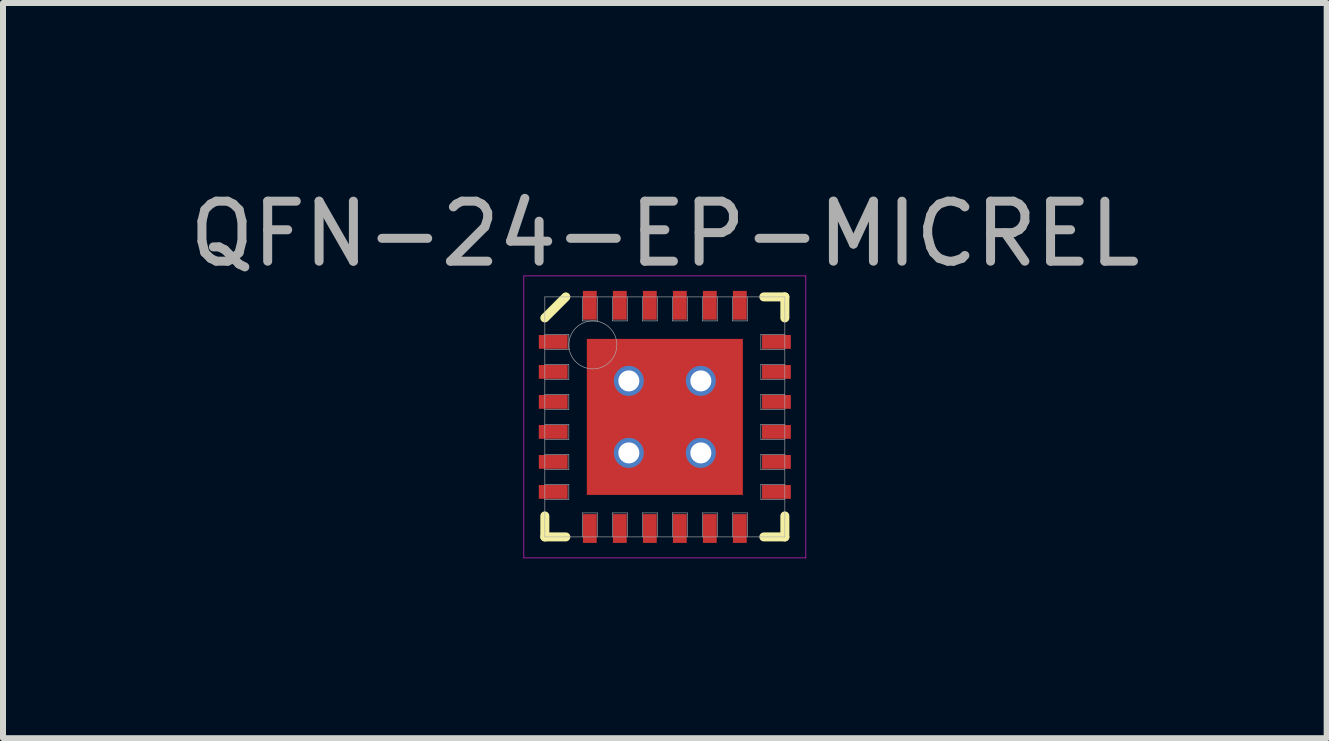
<source format=kicad_pcb>
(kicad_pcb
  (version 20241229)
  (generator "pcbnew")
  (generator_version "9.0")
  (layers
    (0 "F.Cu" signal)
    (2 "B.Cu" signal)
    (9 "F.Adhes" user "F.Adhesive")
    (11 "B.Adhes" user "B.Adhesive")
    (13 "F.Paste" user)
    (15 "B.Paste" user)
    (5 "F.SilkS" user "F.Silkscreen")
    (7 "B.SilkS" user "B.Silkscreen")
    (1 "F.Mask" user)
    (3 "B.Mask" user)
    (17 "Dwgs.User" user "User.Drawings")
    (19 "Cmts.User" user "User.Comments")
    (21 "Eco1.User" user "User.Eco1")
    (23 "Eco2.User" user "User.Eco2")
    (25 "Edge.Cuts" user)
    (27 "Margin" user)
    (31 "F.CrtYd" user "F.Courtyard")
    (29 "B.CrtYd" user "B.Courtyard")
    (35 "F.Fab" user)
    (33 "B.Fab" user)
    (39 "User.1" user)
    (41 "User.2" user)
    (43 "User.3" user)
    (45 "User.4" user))
  (footprint "QFN-24-EP-MICREL"
    (layer "F.Cu")
    (at 8.03 3.898)
    (property "Reference" "QFN-24-EP-MICREL" (at 0 -3.05 0) (layer "F.Fab") (effects (font (size 1 1) (thickness 0.15))))
    (attr smd)
    (fp_line (start -2 -1.65) (end -1.65 -2) (stroke (width 0.15) (type solid)) (layer "F.SilkS"))
    (fp_line (start -2 2) (end -2 1.65) (stroke (width 0.15) (type solid)) (layer "F.SilkS"))
    (fp_line (start -1.65 2) (end -2 2) (stroke (width 0.15) (type solid)) (layer "F.SilkS"))
    (fp_line (start 1.65 -2) (end 2 -2) (stroke (width 0.15) (type solid)) (layer "F.SilkS"))
    (fp_line (start 1.65 2) (end 2 2) (stroke (width 0.15) (type solid)) (layer "F.SilkS"))
    (fp_line (start 2 -2) (end 2 -1.65) (stroke (width 0.15) (type solid)) (layer "F.SilkS"))
    (fp_line (start 2 2) (end 2 1.65) (stroke (width 0.15) (type solid)) (layer "F.SilkS"))
    (fp_line (start -2.35 -2.35) (end 2.35 -2.35) (stroke (width 0.01) (type solid)) (layer "F.CrtYd"))
    (fp_line (start -2.35 2.35) (end -2.35 -2.35) (stroke (width 0.01) (type solid)) (layer "F.CrtYd"))
    (fp_line (start 2.35 -2.35) (end 2.35 2.35) (stroke (width 0.01) (type solid)) (layer "F.CrtYd"))
    (fp_line (start 2.35 2.35) (end -2.35 2.35) (stroke (width 0.01) (type solid)) (layer "F.CrtYd"))
    (fp_line (start -2 -2) (end 2 -2) (stroke (width 0.01) (type solid)) (layer "F.Fab"))
    (fp_line (start -2 -1.125) (end -1.6 -1.125) (stroke (width 0.01) (type solid)) (layer "F.Fab"))
    (fp_line (start -2 -0.625) (end -1.6 -0.625) (stroke (width 0.01) (type solid)) (layer "F.Fab"))
    (fp_line (start -2 -0.125) (end -1.6 -0.125) (stroke (width 0.01) (type solid)) (layer "F.Fab"))
    (fp_line (start -2 0.375) (end -1.6 0.375) (stroke (width 0.01) (type solid)) (layer "F.Fab"))
    (fp_line (start -2 0.875) (end -1.6 0.875) (stroke (width 0.01) (type solid)) (layer "F.Fab"))
    (fp_line (start -2 1.375) (end -1.6 1.375) (stroke (width 0.01) (type solid)) (layer "F.Fab"))
    (fp_line (start -2 2) (end -2 -2) (stroke (width 0.01) (type solid)) (layer "F.Fab"))
    (fp_line (start -1.6 -1.375) (end -2 -1.375) (stroke (width 0.01) (type solid)) (layer "F.Fab"))
    (fp_line (start -1.6 -1.125) (end -1.6 -1.375) (stroke (width 0.01) (type solid)) (layer "F.Fab"))
    (fp_line (start -1.6 -0.875) (end -2 -0.875) (stroke (width 0.01) (type solid)) (layer "F.Fab"))
    (fp_line (start -1.6 -0.625) (end -1.6 -0.875) (stroke (width 0.01) (type solid)) (layer "F.Fab"))
    (fp_line (start -1.6 -0.375) (end -2 -0.375) (stroke (width 0.01) (type solid)) (layer "F.Fab"))
    (fp_line (start -1.6 -0.125) (end -1.6 -0.375) (stroke (width 0.01) (type solid)) (layer "F.Fab"))
    (fp_line (start -1.6 0.125) (end -2 0.125) (stroke (width 0.01) (type solid)) (layer "F.Fab"))
    (fp_line (start -1.6 0.375) (end -1.6 0.125) (stroke (width 0.01) (type solid)) (layer "F.Fab"))
    (fp_line (start -1.6 0.625) (end -2 0.625) (stroke (width 0.01) (type solid)) (layer "F.Fab"))
    (fp_line (start -1.6 0.875) (end -1.6 0.625) (stroke (width 0.01) (type solid)) (layer "F.Fab"))
    (fp_line (start -1.6 1.125) (end -2 1.125) (stroke (width 0.01) (type solid)) (layer "F.Fab"))
    (fp_line (start -1.6 1.375) (end -1.6 1.125) (stroke (width 0.01) (type solid)) (layer "F.Fab"))
    (fp_line (start -1.375 -2) (end -1.375 -1.6) (stroke (width 0.01) (type solid)) (layer "F.Fab"))
    (fp_line (start -1.375 -1.6) (end -1.125 -1.6) (stroke (width 0.01) (type solid)) (layer "F.Fab"))
    (fp_line (start -1.375 1.6) (end -1.375 2) (stroke (width 0.01) (type solid)) (layer "F.Fab"))
    (fp_line (start -1.125 -1.6) (end -1.125 -2) (stroke (width 0.01) (type solid)) (layer "F.Fab"))
    (fp_line (start -1.125 1.6) (end -1.375 1.6) (stroke (width 0.01) (type solid)) (layer "F.Fab"))
    (fp_line (start -1.125 2) (end -1.125 1.6) (stroke (width 0.01) (type solid)) (layer "F.Fab"))
    (fp_line (start -0.875 -2) (end -0.875 -1.6) (stroke (width 0.01) (type solid)) (layer "F.Fab"))
    (fp_line (start -0.875 -1.6) (end -0.625 -1.6) (stroke (width 0.01) (type solid)) (layer "F.Fab"))
    (fp_line (start -0.875 1.6) (end -0.875 2) (stroke (width 0.01) (type solid)) (layer "F.Fab"))
    (fp_line (start -0.625 -1.6) (end -0.625 -2) (stroke (width 0.01) (type solid)) (layer "F.Fab"))
    (fp_line (start -0.625 1.6) (end -0.875 1.6) (stroke (width 0.01) (type solid)) (layer "F.Fab"))
    (fp_line (start -0.625 2) (end -0.625 1.6) (stroke (width 0.01) (type solid)) (layer "F.Fab"))
    (fp_line (start -0.375 -2) (end -0.375 -1.6) (stroke (width 0.01) (type solid)) (layer "F.Fab"))
    (fp_line (start -0.375 -1.6) (end -0.125 -1.6) (stroke (width 0.01) (type solid)) (layer "F.Fab"))
    (fp_line (start -0.375 1.6) (end -0.375 2) (stroke (width 0.01) (type solid)) (layer "F.Fab"))
    (fp_line (start -0.125 -1.6) (end -0.125 -2) (stroke (width 0.01) (type solid)) (layer "F.Fab"))
    (fp_line (start -0.125 1.6) (end -0.375 1.6) (stroke (width 0.01) (type solid)) (layer "F.Fab"))
    (fp_line (start -0.125 2) (end -0.125 1.6) (stroke (width 0.01) (type solid)) (layer "F.Fab"))
    (fp_line (start 0.125 -2) (end 0.125 -1.6) (stroke (width 0.01) (type solid)) (layer "F.Fab"))
    (fp_line (start 0.125 -1.6) (end 0.375 -1.6) (stroke (width 0.01) (type solid)) (layer "F.Fab"))
    (fp_line (start 0.125 1.6) (end 0.125 2) (stroke (width 0.01) (type solid)) (layer "F.Fab"))
    (fp_line (start 0.375 -1.6) (end 0.375 -2) (stroke (width 0.01) (type solid)) (layer "F.Fab"))
    (fp_line (start 0.375 1.6) (end 0.125 1.6) (stroke (width 0.01) (type solid)) (layer "F.Fab"))
    (fp_line (start 0.375 2) (end 0.375 1.6) (stroke (width 0.01) (type solid)) (layer "F.Fab"))
    (fp_line (start 0.625 -2) (end 0.625 -1.6) (stroke (width 0.01) (type solid)) (layer "F.Fab"))
    (fp_line (start 0.625 -1.6) (end 0.875 -1.6) (stroke (width 0.01) (type solid)) (layer "F.Fab"))
    (fp_line (start 0.625 1.6) (end 0.625 2) (stroke (width 0.01) (type solid)) (layer "F.Fab"))
    (fp_line (start 0.875 -1.6) (end 0.875 -2) (stroke (width 0.01) (type solid)) (layer "F.Fab"))
    (fp_line (start 0.875 1.6) (end 0.625 1.6) (stroke (width 0.01) (type solid)) (layer "F.Fab"))
    (fp_line (start 0.875 2) (end 0.875 1.6) (stroke (width 0.01) (type solid)) (layer "F.Fab"))
    (fp_line (start 1.125 -2) (end 1.125 -1.6) (stroke (width 0.01) (type solid)) (layer "F.Fab"))
    (fp_line (start 1.125 -1.6) (end 1.375 -1.6) (stroke (width 0.01) (type solid)) (layer "F.Fab"))
    (fp_line (start 1.125 1.6) (end 1.125 2) (stroke (width 0.01) (type solid)) (layer "F.Fab"))
    (fp_line (start 1.375 -1.6) (end 1.375 -2) (stroke (width 0.01) (type solid)) (layer "F.Fab"))
    (fp_line (start 1.375 1.6) (end 1.125 1.6) (stroke (width 0.01) (type solid)) (layer "F.Fab"))
    (fp_line (start 1.375 2) (end 1.375 1.6) (stroke (width 0.01) (type solid)) (layer "F.Fab"))
    (fp_line (start 1.6 -1.375) (end 1.6 -1.125) (stroke (width 0.01) (type solid)) (layer "F.Fab"))
    (fp_line (start 1.6 -1.125) (end 2 -1.125) (stroke (width 0.01) (type solid)) (layer "F.Fab"))
    (fp_line (start 1.6 -0.875) (end 1.6 -0.625) (stroke (width 0.01) (type solid)) (layer "F.Fab"))
    (fp_line (start 1.6 -0.625) (end 2 -0.625) (stroke (width 0.01) (type solid)) (layer "F.Fab"))
    (fp_line (start 1.6 -0.375) (end 1.6 -0.125) (stroke (width 0.01) (type solid)) (layer "F.Fab"))
    (fp_line (start 1.6 -0.125) (end 2 -0.125) (stroke (width 0.01) (type solid)) (layer "F.Fab"))
    (fp_line (start 1.6 0.125) (end 1.6 0.375) (stroke (width 0.01) (type solid)) (layer "F.Fab"))
    (fp_line (start 1.6 0.375) (end 2 0.375) (stroke (width 0.01) (type solid)) (layer "F.Fab"))
    (fp_line (start 1.6 0.625) (end 1.6 0.875) (stroke (width 0.01) (type solid)) (layer "F.Fab"))
    (fp_line (start 1.6 0.875) (end 2 0.875) (stroke (width 0.01) (type solid)) (layer "F.Fab"))
    (fp_line (start 1.6 1.125) (end 1.6 1.375) (stroke (width 0.01) (type solid)) (layer "F.Fab"))
    (fp_line (start 1.6 1.375) (end 2 1.375) (stroke (width 0.01) (type solid)) (layer "F.Fab"))
    (fp_line (start 2 -2) (end 2 2) (stroke (width 0.01) (type solid)) (layer "F.Fab"))
    (fp_line (start 2 -1.375) (end 1.6 -1.375) (stroke (width 0.01) (type solid)) (layer "F.Fab"))
    (fp_line (start 2 -0.875) (end 1.6 -0.875) (stroke (width 0.01) (type solid)) (layer "F.Fab"))
    (fp_line (start 2 -0.375) (end 1.6 -0.375) (stroke (width 0.01) (type solid)) (layer "F.Fab"))
    (fp_line (start 2 0.125) (end 1.6 0.125) (stroke (width 0.01) (type solid)) (layer "F.Fab"))
    (fp_line (start 2 0.625) (end 1.6 0.625) (stroke (width 0.01) (type solid)) (layer "F.Fab"))
    (fp_line (start 2 1.125) (end 1.6 1.125) (stroke (width 0.01) (type solid)) (layer "F.Fab"))
    (fp_line (start 2 2) (end -2 2) (stroke (width 0.01) (type solid)) (layer "F.Fab"))
    (fp_circle (center -1.2 -1.2) (end -1.2 -0.8) (stroke (width 0.01) (type solid)) (fill no) (layer "F.Fab"))
    (pad "" smd rect (at -0.6 -0.6) (size 1 1) (layers "F.Mask"))
    (pad "" smd rect (at -0.6 -0.6) (size 1 1) (layers "F.Paste"))
    (pad "" smd rect (at -0.6 0.6) (size 1 1) (layers "F.Mask"))
    (pad "" smd rect (at -0.6 0.6) (size 1 1) (layers "F.Paste"))
    (pad "" smd rect (at 0.6 -0.6) (size 1 1) (layers "F.Mask"))
    (pad "" smd rect (at 0.6 -0.6) (size 1 1) (layers "F.Paste"))
    (pad "" smd rect (at 0.6 0.6) (size 1 1) (layers "F.Mask"))
    (pad "" smd rect (at 0.6 0.6) (size 1 1) (layers "F.Paste"))
    (pad "1" smd rect (at -1.86 -1.25) (size 0.48 0.23) (layers "F.Cu" "F.Mask" "F.Paste"))
    (pad "2" smd rect (at -1.86 -0.75) (size 0.48 0.23) (layers "F.Cu" "F.Mask" "F.Paste"))
    (pad "3" smd rect (at -1.86 -0.25) (size 0.48 0.23) (layers "F.Cu" "F.Mask" "F.Paste"))
    (pad "4" smd rect (at -1.86 0.25) (size 0.48 0.23) (layers "F.Cu" "F.Mask" "F.Paste"))
    (pad "5" smd rect (at -1.86 0.75) (size 0.48 0.23) (layers "F.Cu" "F.Mask" "F.Paste"))
    (pad "6" smd rect (at -1.86 1.25) (size 0.48 0.23) (layers "F.Cu" "F.Mask" "F.Paste"))
    (pad "7" smd rect (at -1.25 1.86) (size 0.23 0.48) (layers "F.Cu" "F.Mask" "F.Paste"))
    (pad "8" smd rect (at -0.75 1.86) (size 0.23 0.48) (layers "F.Cu" "F.Mask" "F.Paste"))
    (pad "9" smd rect (at -0.25 1.86) (size 0.23 0.48) (layers "F.Cu" "F.Mask" "F.Paste"))
    (pad "10" smd rect (at 0.25 1.86) (size 0.23 0.48) (layers "F.Cu" "F.Mask" "F.Paste"))
    (pad "11" smd rect (at 0.75 1.86) (size 0.23 0.48) (layers "F.Cu" "F.Mask" "F.Paste"))
    (pad "12" smd rect (at 1.25 1.86) (size 0.23 0.48) (layers "F.Cu" "F.Mask" "F.Paste"))
    (pad "13" smd rect (at 1.86 1.25) (size 0.48 0.23) (layers "F.Cu" "F.Mask" "F.Paste"))
    (pad "14" smd rect (at 1.86 0.75) (size 0.48 0.23) (layers "F.Cu" "F.Mask" "F.Paste"))
    (pad "15" smd rect (at 1.86 0.25) (size 0.48 0.23) (layers "F.Cu" "F.Mask" "F.Paste"))
    (pad "16" smd rect (at 1.86 -0.25) (size 0.48 0.23) (layers "F.Cu" "F.Mask" "F.Paste"))
    (pad "17" smd rect (at 1.86 -0.75) (size 0.48 0.23) (layers "F.Cu" "F.Mask" "F.Paste"))
    (pad "18" smd rect (at 1.86 -1.25) (size 0.48 0.23) (layers "F.Cu" "F.Mask" "F.Paste"))
    (pad "19" smd rect (at 1.25 -1.86) (size 0.23 0.48) (layers "F.Cu" "F.Mask" "F.Paste"))
    (pad "20" smd rect (at 0.75 -1.86) (size 0.23 0.48) (layers "F.Cu" "F.Mask" "F.Paste"))
    (pad "21" smd rect (at 0.25 -1.86) (size 0.23 0.48) (layers "F.Cu" "F.Mask" "F.Paste"))
    (pad "22" smd rect (at -0.25 -1.86) (size 0.23 0.48) (layers "F.Cu" "F.Mask" "F.Paste"))
    (pad "23" smd rect (at -0.75 -1.86) (size 0.23 0.48) (layers "F.Cu" "F.Mask" "F.Paste"))
    (pad "24" smd rect (at -1.25 -1.86) (size 0.23 0.48) (layers "F.Cu" "F.Mask" "F.Paste"))
    (pad "EP" thru_hole circle (at -0.6 -0.6) (size 0.5 0.5) (drill 0.35) (layers "*.Cu"))
    (pad "EP" thru_hole circle (at -0.6 0.6) (size 0.5 0.5) (drill 0.35) (layers "*.Cu"))
    (pad "EP" smd rect (at 0 0) (size 2.6 2.6) (layers "F.Cu"))
    (pad "EP" thru_hole circle (at 0.6 -0.6) (size 0.5 0.5) (drill 0.35) (layers "*.Cu"))
    (pad "EP" thru_hole circle (at 0.6 0.6) (size 0.5 0.5) (drill 0.35) (layers "*.Cu")))
  (gr_rect
    (start -3 -3)
    (end 19.06 9.253)
    (stroke (width 0.1) (type default))
    (fill no)
    (layer "Edge.Cuts")))
</source>
